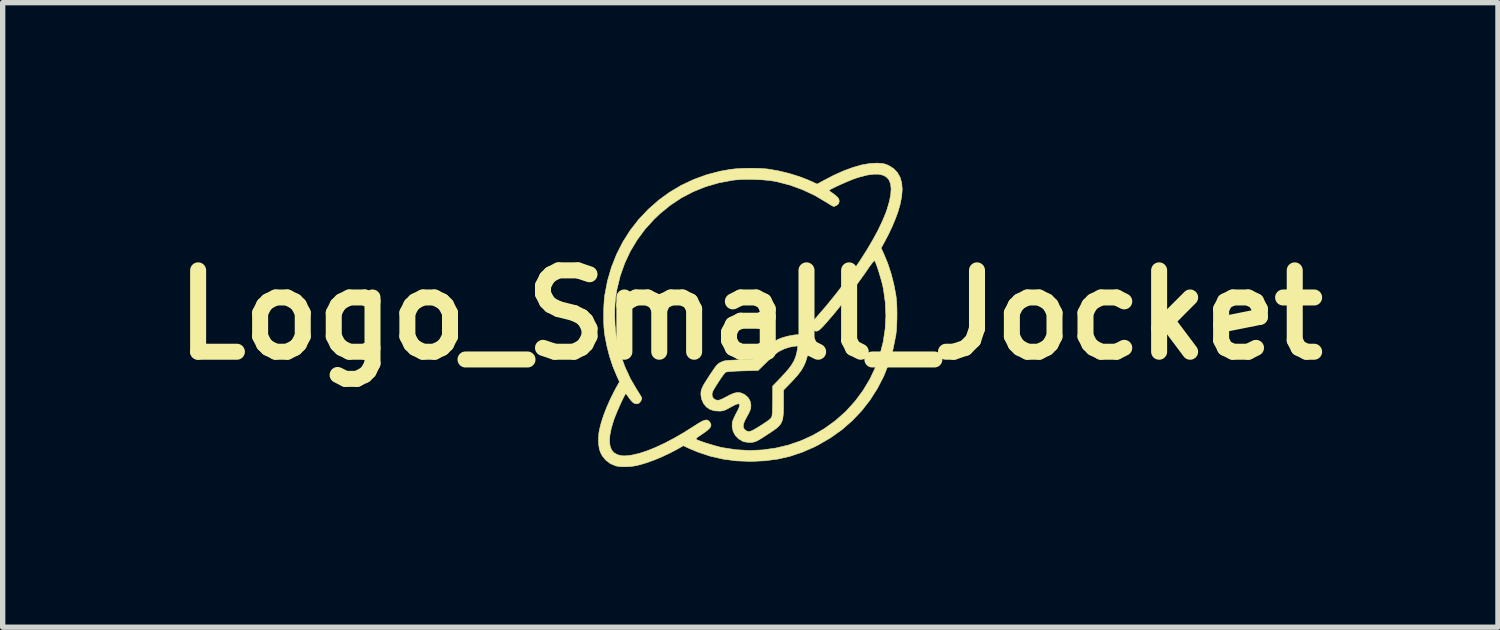
<source format=kicad_pcb>
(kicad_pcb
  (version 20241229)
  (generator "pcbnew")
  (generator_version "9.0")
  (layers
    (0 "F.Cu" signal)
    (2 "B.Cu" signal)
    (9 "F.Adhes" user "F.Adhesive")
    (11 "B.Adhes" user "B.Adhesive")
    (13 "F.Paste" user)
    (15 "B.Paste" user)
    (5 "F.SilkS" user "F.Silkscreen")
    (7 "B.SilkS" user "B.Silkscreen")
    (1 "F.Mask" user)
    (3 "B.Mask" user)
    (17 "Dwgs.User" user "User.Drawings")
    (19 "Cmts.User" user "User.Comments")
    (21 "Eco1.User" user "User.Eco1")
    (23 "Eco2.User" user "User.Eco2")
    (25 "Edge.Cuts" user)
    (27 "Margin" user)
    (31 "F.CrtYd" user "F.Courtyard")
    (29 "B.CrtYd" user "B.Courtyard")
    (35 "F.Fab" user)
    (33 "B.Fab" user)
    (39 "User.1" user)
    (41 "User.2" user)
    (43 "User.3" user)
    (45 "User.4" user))
  (footprint "Logo_Small_Jocket"
    (layer "F.Cu")
    (at 11.002 2.848)
    (property "Reference" "Logo_Small_Jocket" (at 0 0 0) (layer "F.SilkS") (effects (font (size 1.524 1.524) (thickness 0.3))))
    (attr through_hole)
    (fp_poly (pts (xy 0.932 0.373) (xy 0.974 0.386) (xy 1.011 0.41) (xy 1.043 0.44) (xy 1.075 0.483) (xy 1.092 0.533) (xy 1.096 0.594) (xy 1.087 0.672) (xy 1.085 0.681) (xy 1.064 0.786) (xy 1.036 0.877) (xy 1 0.96) (xy 0.953 1.039) (xy 0.892 1.121) (xy 0.814 1.209) (xy 0.778 1.247) (xy 0.622 1.408) (xy 0.622 1.654) (xy 0.622 1.765) (xy 0.618 1.854) (xy 0.61 1.925) (xy 0.596 1.983) (xy 0.574 2.032) (xy 0.541 2.075) (xy 0.496 2.117) (xy 0.436 2.161) (xy 0.361 2.212) (xy 0.352 2.217) (xy 0.271 2.271) (xy 0.206 2.312) (xy 0.156 2.342) (xy 0.116 2.363) (xy 0.083 2.376) (xy 0.053 2.383) (xy 0.022 2.387) (xy -0.011 2.387) (xy -0.063 2.384) (xy -0.111 2.376) (xy -0.139 2.368) (xy -0.219 2.32) (xy -0.28 2.258) (xy -0.321 2.182) (xy -0.34 2.097) (xy -0.338 2.016) (xy -0.328 1.982) (xy -0.308 1.933) (xy -0.282 1.877) (xy -0.26 1.835) (xy -0.223 1.764) (xy -0.203 1.713) (xy -0.2 1.68) (xy -0.214 1.665) (xy -0.246 1.668) (xy -0.296 1.688) (xy -0.365 1.725) (xy -0.374 1.73) (xy -0.43 1.761) (xy -0.472 1.781) (xy -0.508 1.793) (xy -0.546 1.799) (xy -0.575 1.801) (xy -0.67 1.796) (xy -0.753 1.77) (xy -0.822 1.724) (xy -0.875 1.66) (xy -0.91 1.581) (xy -0.924 1.507) (xy -0.925 1.49) (xy -0.717 1.49) (xy -0.711 1.531) (xy -0.691 1.562) (xy -0.682 1.57) (xy -0.649 1.591) (xy -0.614 1.599) (xy -0.572 1.592) (xy -0.518 1.57) (xy -0.457 1.538) (xy -0.373 1.494) (xy -0.305 1.466) (xy -0.246 1.453) (xy -0.193 1.456) (xy -0.141 1.474) (xy -0.097 1.499) (xy -0.04 1.549) (xy -0.004 1.613) (xy 0.011 1.687) (xy 0.01 1.719) (xy 0.004 1.759) (xy -0.011 1.803) (xy -0.037 1.856) (xy -0.064 1.905) (xy -0.103 1.979) (xy -0.126 2.037) (xy -0.133 2.082) (xy -0.126 2.118) (xy -0.104 2.148) (xy -0.097 2.154) (xy -0.071 2.173) (xy -0.045 2.183) (xy -0.015 2.183) (xy 0.022 2.172) (xy 0.069 2.149) (xy 0.13 2.113) (xy 0.205 2.066) (xy 0.273 2.021) (xy 0.324 1.987) (xy 0.359 1.96) (xy 0.382 1.939) (xy 0.395 1.92) (xy 0.403 1.905) (xy 0.409 1.873) (xy 0.413 1.817) (xy 0.416 1.74) (xy 0.418 1.641) (xy 0.418 1.596) (xy 0.419 1.332) (xy 0.573 1.173) (xy 0.66 1.079) (xy 0.729 0.997) (xy 0.782 0.923) (xy 0.822 0.852) (xy 0.851 0.78) (xy 0.871 0.704) (xy 0.882 0.643) (xy 0.891 0.58) (xy 0.815 0.588) (xy 0.728 0.605) (xy 0.635 0.636) (xy 0.549 0.677) (xy 0.511 0.7) (xy 0.481 0.724) (xy 0.438 0.76) (xy 0.386 0.807) (xy 0.331 0.859) (xy 0.298 0.891) (xy 0.146 1.04) (xy -0.146 1.048) (xy -0.257 1.052) (xy -0.344 1.057) (xy -0.407 1.062) (xy -0.447 1.068) (xy -0.464 1.073) (xy -0.479 1.089) (xy -0.505 1.122) (xy -0.539 1.169) (xy -0.577 1.225) (xy -0.603 1.265) (xy -0.647 1.334) (xy -0.679 1.386) (xy -0.7 1.425) (xy -0.711 1.455) (xy -0.716 1.479) (xy -0.717 1.49) (xy -0.925 1.49) (xy -0.925 1.469) (xy -0.923 1.434) (xy -0.914 1.398) (xy -0.898 1.358) (xy -0.874 1.31) (xy -0.838 1.251) (xy -0.79 1.176) (xy -0.759 1.127) (xy -0.71 1.055) (xy -0.673 1) (xy -0.643 0.96) (xy -0.618 0.931) (xy -0.594 0.911) (xy -0.569 0.895) (xy -0.54 0.881) (xy -0.531 0.877) (xy -0.507 0.867) (xy -0.481 0.86) (xy -0.447 0.855) (xy -0.402 0.851) (xy -0.342 0.847) (xy -0.264 0.844) (xy -0.207 0.842) (xy 0.057 0.834) (xy 0.195 0.703) (xy 0.288 0.617) (xy 0.371 0.549) (xy 0.448 0.496) (xy 0.524 0.456) (xy 0.604 0.425) (xy 0.692 0.401) (xy 0.726 0.393) (xy 0.813 0.377) (xy 0.879 0.37) (xy 0.932 0.373)) (stroke (width 0.01) (type solid)) (fill yes) (layer "F.SilkS"))
    (fp_poly (pts (xy 2.389 -2.842) (xy 2.453 -2.838) (xy 2.5 -2.831) (xy 2.54 -2.82) (xy 2.581 -2.803) (xy 2.595 -2.796) (xy 2.685 -2.739) (xy 2.755 -2.666) (xy 2.805 -2.578) (xy 2.835 -2.474) (xy 2.845 -2.354) (xy 2.835 -2.219) (xy 2.805 -2.068) (xy 2.763 -1.923) (xy 2.714 -1.792) (xy 2.654 -1.649) (xy 2.585 -1.504) (xy 2.522 -1.384) (xy 2.45 -1.252) (xy 2.5 -1.143) (xy 2.573 -0.968) (xy 2.636 -0.777) (xy 2.687 -0.578) (xy 2.725 -0.379) (xy 2.732 -0.33) (xy 2.74 -0.247) (xy 2.745 -0.146) (xy 2.747 -0.034) (xy 2.746 0.081) (xy 2.742 0.192) (xy 2.736 0.293) (xy 2.726 0.377) (xy 2.725 0.382) (xy 2.672 0.648) (xy 2.596 0.904) (xy 2.499 1.147) (xy 2.38 1.377) (xy 2.242 1.594) (xy 2.084 1.796) (xy 1.907 1.982) (xy 1.712 2.152) (xy 1.499 2.303) (xy 1.27 2.436) (xy 1.187 2.478) (xy 0.964 2.574) (xy 0.741 2.648) (xy 0.513 2.7) (xy 0.276 2.731) (xy 0.027 2.743) (xy 0 2.743) (xy -0.26 2.733) (xy -0.509 2.7) (xy -0.748 2.646) (xy -0.98 2.569) (xy -1.145 2.5) (xy -1.254 2.449) (xy -1.37 2.515) (xy -1.507 2.587) (xy -1.652 2.655) (xy -1.797 2.716) (xy -1.938 2.767) (xy -2.069 2.806) (xy -2.149 2.825) (xy -2.224 2.836) (xy -2.305 2.842) (xy -2.387 2.843) (xy -2.46 2.838) (xy -2.517 2.828) (xy -2.524 2.826) (xy -2.623 2.783) (xy -2.706 2.72) (xy -2.772 2.639) (xy -2.804 2.579) (xy -2.828 2.507) (xy -2.841 2.417) (xy -2.843 2.363) (xy -2.637 2.363) (xy -2.627 2.453) (xy -2.6 2.526) (xy -2.555 2.58) (xy -2.493 2.615) (xy -2.47 2.623) (xy -2.417 2.635) (xy -2.366 2.64) (xy -2.31 2.637) (xy -2.24 2.628) (xy -2.207 2.623) (xy -2.077 2.593) (xy -1.932 2.545) (xy -1.775 2.482) (xy -1.606 2.403) (xy -1.429 2.31) (xy -1.246 2.205) (xy -1.06 2.087) (xy -1.04 2.074) (xy -0.964 2.026) (xy -0.904 1.992) (xy -0.858 1.973) (xy -0.823 1.967) (xy -0.795 1.973) (xy -0.772 1.992) (xy -0.763 2.002) (xy -0.742 2.036) (xy -0.736 2.067) (xy -0.747 2.1) (xy -0.775 2.135) (xy -0.823 2.176) (xy -0.893 2.225) (xy -0.908 2.235) (xy -0.961 2.271) (xy -0.995 2.295) (xy -1.012 2.312) (xy -1.017 2.323) (xy -1.011 2.331) (xy -1.01 2.332) (xy -0.986 2.344) (xy -0.942 2.361) (xy -0.883 2.382) (xy -0.814 2.405) (xy -0.74 2.427) (xy -0.666 2.449) (xy -0.596 2.468) (xy -0.536 2.483) (xy -0.514 2.487) (xy -0.264 2.525) (xy -0.014 2.539) (xy 0.234 2.528) (xy 0.479 2.493) (xy 0.718 2.436) (xy 0.95 2.356) (xy 1.174 2.254) (xy 1.387 2.13) (xy 1.588 1.985) (xy 1.776 1.82) (xy 1.798 1.798) (xy 1.966 1.612) (xy 2.113 1.413) (xy 2.24 1.201) (xy 2.345 0.979) (xy 2.427 0.747) (xy 2.488 0.509) (xy 2.525 0.265) (xy 2.539 0.017) (xy 2.528 -0.233) (xy 2.493 -0.484) (xy 2.487 -0.514) (xy 2.475 -0.569) (xy 2.458 -0.634) (xy 2.437 -0.707) (xy 2.415 -0.781) (xy 2.392 -0.853) (xy 2.371 -0.917) (xy 2.352 -0.968) (xy 2.337 -1.001) (xy 2.332 -1.009) (xy 2.325 -1.014) (xy 2.314 -1.009) (xy 2.298 -0.992) (xy 2.274 -0.962) (xy 2.24 -0.916) (xy 2.195 -0.851) (xy 2.184 -0.835) (xy 2.087 -0.697) (xy 1.982 -0.553) (xy 1.873 -0.407) (xy 1.762 -0.264) (xy 1.653 -0.126) (xy 1.548 0.001) (xy 1.45 0.115) (xy 1.363 0.213) (xy 1.351 0.225) (xy 1.303 0.272) (xy 1.265 0.298) (xy 1.232 0.305) (xy 1.2 0.294) (xy 1.178 0.28) (xy 1.147 0.242) (xy 1.136 0.199) (xy 1.144 0.162) (xy 1.159 0.14) (xy 1.186 0.106) (xy 1.221 0.064) (xy 1.244 0.038) (xy 1.421 -0.167) (xy 1.591 -0.376) (xy 1.753 -0.586) (xy 1.905 -0.796) (xy 2.046 -1.002) (xy 2.175 -1.203) (xy 2.29 -1.398) (xy 2.391 -1.583) (xy 2.474 -1.758) (xy 2.541 -1.919) (xy 2.562 -1.981) (xy 2.605 -2.127) (xy 2.63 -2.254) (xy 2.637 -2.363) (xy 2.627 -2.453) (xy 2.599 -2.526) (xy 2.553 -2.58) (xy 2.489 -2.616) (xy 2.407 -2.635) (xy 2.306 -2.636) (xy 2.188 -2.619) (xy 2.052 -2.584) (xy 1.984 -2.563) (xy 1.935 -2.546) (xy 1.875 -2.522) (xy 1.808 -2.494) (xy 1.738 -2.464) (xy 1.669 -2.433) (xy 1.605 -2.403) (xy 1.549 -2.376) (xy 1.506 -2.354) (xy 1.48 -2.338) (xy 1.473 -2.332) (xy 1.483 -2.322) (xy 1.508 -2.303) (xy 1.534 -2.285) (xy 1.596 -2.239) (xy 1.638 -2.2) (xy 1.66 -2.164) (xy 1.665 -2.128) (xy 1.656 -2.09) (xy 1.638 -2.069) (xy 1.608 -2.048) (xy 1.575 -2.034) (xy 1.559 -2.032) (xy 1.543 -2.039) (xy 1.51 -2.057) (xy 1.466 -2.084) (xy 1.416 -2.115) (xy 1.207 -2.239) (xy 0.982 -2.344) (xy 0.748 -2.43) (xy 0.507 -2.493) (xy 0.495 -2.496) (xy 0.384 -2.515) (xy 0.255 -2.528) (xy 0.117 -2.536) (xy -0.025 -2.539) (xy -0.161 -2.537) (xy -0.284 -2.528) (xy -0.334 -2.522) (xy -0.589 -2.474) (xy -0.834 -2.403) (xy -1.067 -2.309) (xy -1.288 -2.194) (xy -1.498 -2.055) (xy -1.694 -1.895) (xy -1.797 -1.797) (xy -1.97 -1.608) (xy -2.12 -1.405) (xy -2.248 -1.191) (xy -2.354 -0.964) (xy -2.438 -0.726) (xy -2.498 -0.477) (xy -2.522 -0.334) (xy -2.533 -0.219) (xy -2.539 -0.088) (xy -2.539 0.052) (xy -2.533 0.193) (xy -2.521 0.327) (xy -2.505 0.447) (xy -2.496 0.495) (xy -2.433 0.736) (xy -2.349 0.971) (xy -2.245 1.196) (xy -2.122 1.406) (xy -2.115 1.416) (xy -2.083 1.467) (xy -2.056 1.511) (xy -2.038 1.543) (xy -2.032 1.559) (xy -2.039 1.589) (xy -2.057 1.622) (xy -2.079 1.648) (xy -2.09 1.656) (xy -2.129 1.665) (xy -2.166 1.659) (xy -2.202 1.636) (xy -2.241 1.594) (xy -2.285 1.534) (xy -2.308 1.501) (xy -2.325 1.479) (xy -2.332 1.473) (xy -2.341 1.484) (xy -2.359 1.515) (xy -2.382 1.561) (xy -2.41 1.619) (xy -2.44 1.685) (xy -2.471 1.755) (xy -2.501 1.825) (xy -2.528 1.89) (xy -2.55 1.948) (xy -2.563 1.984) (xy -2.605 2.128) (xy -2.63 2.254) (xy -2.637 2.363) (xy -2.843 2.363) (xy -2.844 2.318) (xy -2.836 2.215) (xy -2.827 2.158) (xy -2.795 2.029) (xy -2.749 1.885) (xy -2.691 1.734) (xy -2.623 1.58) (xy -2.548 1.429) (xy -2.516 1.37) (xy -2.45 1.252) (xy -2.5 1.143) (xy -2.573 0.968) (xy -2.636 0.777) (xy -2.687 0.579) (xy -2.725 0.381) (xy -2.732 0.33) (xy -2.741 0.237) (xy -2.746 0.126) (xy -2.747 0.006) (xy -2.745 -0.117) (xy -2.739 -0.234) (xy -2.73 -0.337) (xy -2.725 -0.374) (xy -2.675 -0.637) (xy -2.601 -0.891) (xy -2.505 -1.134) (xy -2.388 -1.365) (xy -2.249 -1.584) (xy -2.09 -1.788) (xy -1.911 -1.977) (xy -1.713 -2.151) (xy -1.518 -2.293) (xy -1.295 -2.426) (xy -1.059 -2.537) (xy -0.812 -2.627) (xy -0.557 -2.693) (xy -0.374 -2.725) (xy -0.279 -2.736) (xy -0.167 -2.743) (xy -0.047 -2.747) (xy 0.074 -2.747) (xy 0.189 -2.743) (xy 0.29 -2.736) (xy 0.33 -2.732) (xy 0.527 -2.698) (xy 0.726 -2.65) (xy 0.92 -2.59) (xy 1.1 -2.52) (xy 1.143 -2.5) (xy 1.252 -2.45) (xy 1.384 -2.522) (xy 1.575 -2.621) (xy 1.758 -2.702) (xy 1.93 -2.765) (xy 2.091 -2.81) (xy 2.239 -2.836) (xy 2.372 -2.843) (xy 2.389 -2.842)) (stroke (width 0.01) (type solid)) (fill yes) (layer "F.SilkS")))
  (gr_rect
    (start -3 -3)
    (end 25.004 8.696)
    (stroke (width 0.1) (type default))
    (fill no)
    (layer "Edge.Cuts")))
</source>
